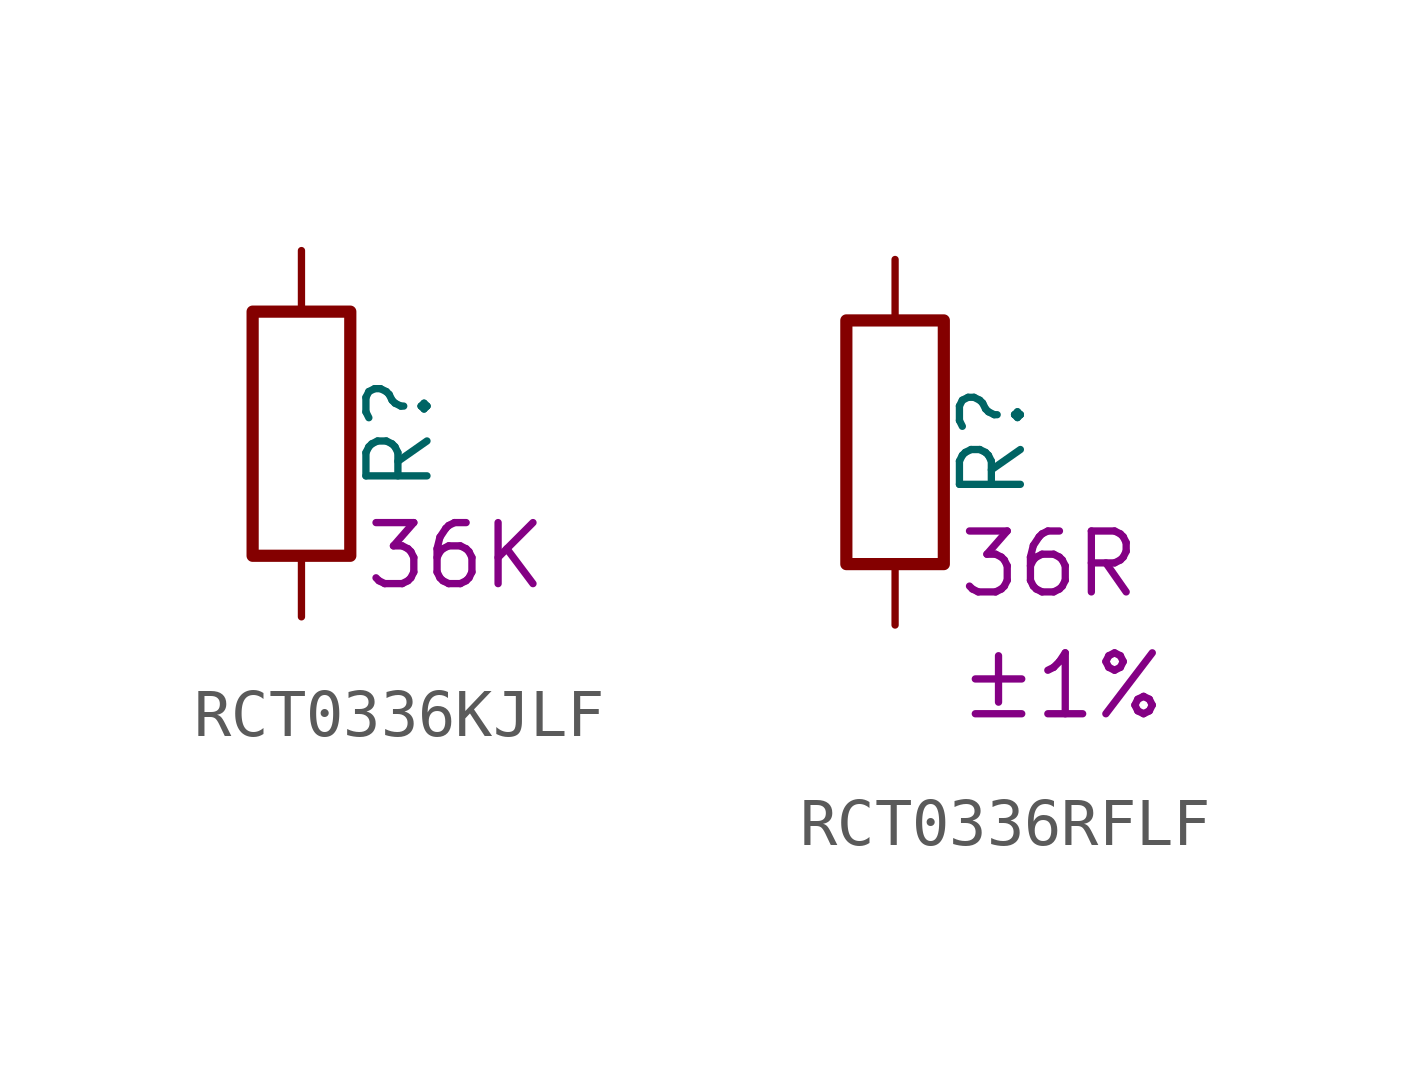
<source format=kicad_sym>
(kicad_symbol_lib
  (version 20220914)
  (generator kicad_symbol_editor)
  (symbol "RCT0336KJLF"
    (pin_numbers hide)
    (pin_names
      (offset 0))
    (property "Reference" "R"
      (at 2.032 0 90)
      (effects (font (size 1.27 1.27))))
    (property "Resistance" "36K"
      (at 1.27 -2.54 0)
      (effects (font (size 1.27 1.27)) (justify left)))
    (symbol "RCT0336KJLF_0_1"
      (rectangle (start -1.016 -2.54) (end 1.016 2.54) (stroke (width 0.254) (type default)) (fill (type none))))
    (symbol "RCT0336KJLF_1_1"
      (pin passive line (at 0 3.81 270) (length 1.27) (name "~" (effects (font (size 1.27 1.27)))) (number "1" (effects (font (size 1.27 1.27)))))
      (pin passive line (at 0 -3.81 90) (length 1.27) (name "~" (effects (font (size 1.27 1.27)))) (number "2" (effects (font (size 1.27 1.27)))))))
  (symbol "RCT0336RFLF"
    (pin_numbers hide)
    (pin_names
      (offset 0))
    (property "Reference" "R"
      (at 2.032 0 90)
      (effects (font (size 1.27 1.27))))
    (property "Resistance" "36R"
      (at 1.27 -2.54 0)
      (effects (font (size 1.27 1.27)) (justify left)))
    (property "Tolerance" "±1%"
      (at 1.27 -5.08 0)
      (effects (font (size 1.27 1.27)) (justify left)))
    (symbol "RCT0336RFLF_0_1"
      (rectangle (start -1.016 -2.54) (end 1.016 2.54) (stroke (width 0.254) (type default)) (fill (type none))))
    (symbol "RCT0336RFLF_1_1"
      (pin passive line (at 0 3.81 270) (length 1.27) (name "~" (effects (font (size 1.27 1.27)))) (number "1" (effects (font (size 1.27 1.27)))))
      (pin passive line (at 0 -3.81 90) (length 1.27) (name "~" (effects (font (size 1.27 1.27)))) (number "2" (effects (font (size 1.27 1.27))))))))
</source>
